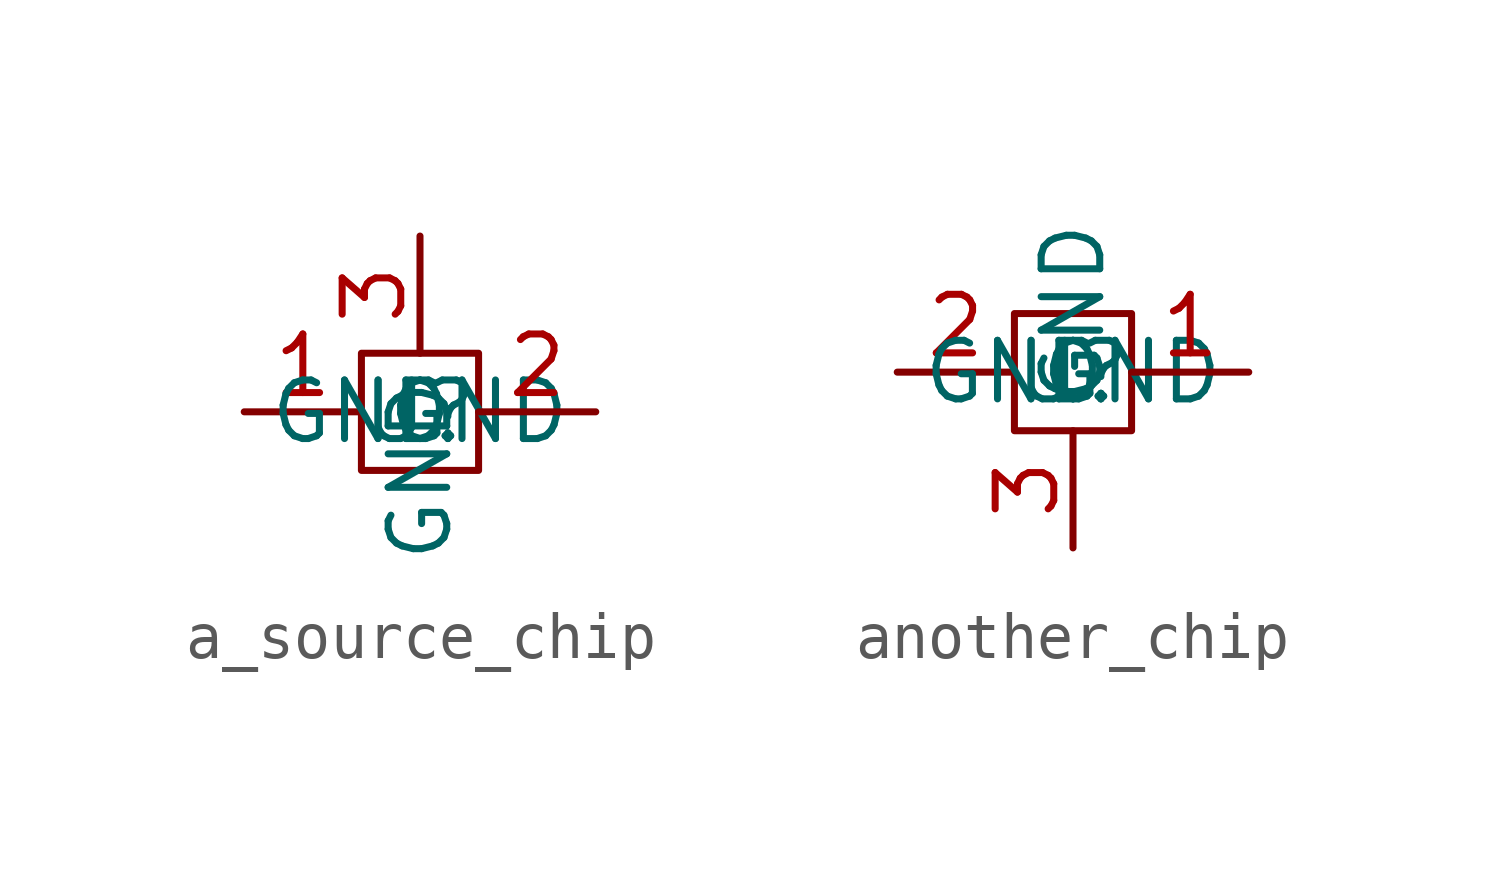
<source format=kicad_sym>
(kicad_symbol_lib
  (version 20211014)
  (generator FootprintDownloader)
  (symbol "a_source_chip"
    (property "Reference" "U"
      (at 0 0 0)
      (effects (font (size 1.27 1.27))))
    (property "Value" ""
      (at 0 0 0)
      (effects (font (size 1.27 1.27))))
    (symbol "a_source_chip_0_1"
      (rectangle (start -1.27 1.27) (end 1.27 -1.27) (stroke (width 0) (type default)) (fill (type none))))
    (symbol "a_source_chip_1_1"
      (pin input line (at -3.81 0 0) (length 2.54) (name "GND" (effects (font (size 1.27 1.27)))) (number "1" (effects (font (size 1.27 1.27)))))
      (pin input line (at 3.81 0 180) (length 2.54) (name "GND" (effects (font (size 1.27 1.27)))) (number "2" (effects (font (size 1.27 1.27)))))
      (pin input line (at 0 3.81 270) (length 2.54) (name "GND" (effects (font (size 1.27 1.27)))) (number "3" (effects (font (size 1.27 1.27)))))))
  (symbol "another_chip"
    (property "Reference" "U"
      (at 0 0 0)
      (effects (font (size 1.27 1.27))))
    (property "Value" ""
      (at 0 0 0)
      (effects (font (size 1.27 1.27))))
    (symbol "another_chip_0_1"
      (rectangle (start 1.27 -1.27) (end -1.27 1.27) (stroke (width 0) (type default)) (fill (type none))))
    (symbol "another_chip_1_1"
      (pin input line (at 3.81 0 180) (length 2.54) (name "GND" (effects (font (size 1.27 1.27)))) (number "1" (effects (font (size 1.27 1.27)))))
      (pin input line (at -3.81 0 0) (length 2.54) (name "GND" (effects (font (size 1.27 1.27)))) (number "2" (effects (font (size 1.27 1.27)))))
      (pin input line (at 0 -3.81 90) (length 2.54) (name "GND" (effects (font (size 1.27 1.27)))) (number "3" (effects (font (size 1.27 1.27))))))))
</source>
